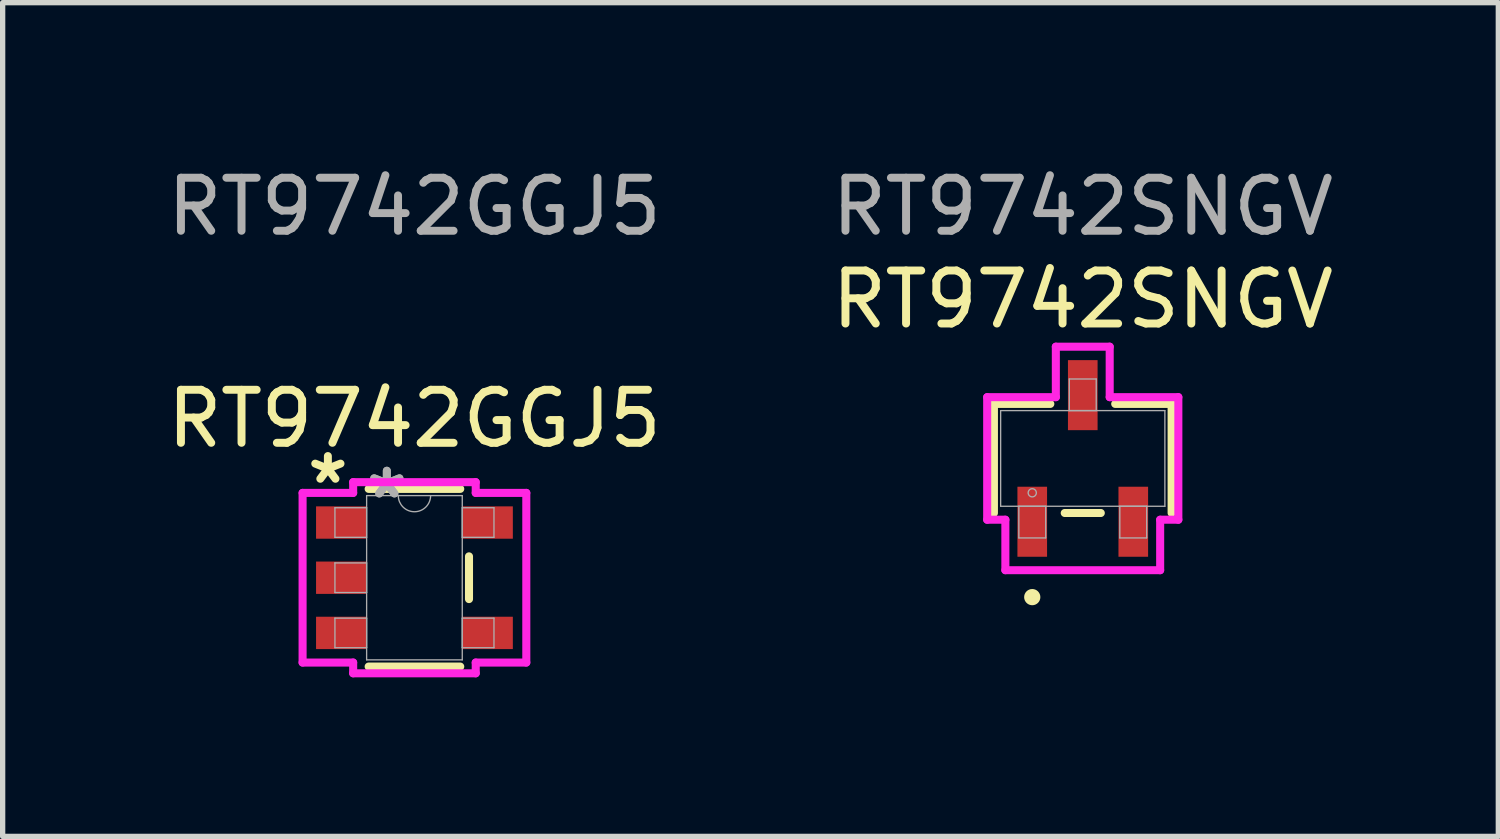
<source format=kicad_pcb>
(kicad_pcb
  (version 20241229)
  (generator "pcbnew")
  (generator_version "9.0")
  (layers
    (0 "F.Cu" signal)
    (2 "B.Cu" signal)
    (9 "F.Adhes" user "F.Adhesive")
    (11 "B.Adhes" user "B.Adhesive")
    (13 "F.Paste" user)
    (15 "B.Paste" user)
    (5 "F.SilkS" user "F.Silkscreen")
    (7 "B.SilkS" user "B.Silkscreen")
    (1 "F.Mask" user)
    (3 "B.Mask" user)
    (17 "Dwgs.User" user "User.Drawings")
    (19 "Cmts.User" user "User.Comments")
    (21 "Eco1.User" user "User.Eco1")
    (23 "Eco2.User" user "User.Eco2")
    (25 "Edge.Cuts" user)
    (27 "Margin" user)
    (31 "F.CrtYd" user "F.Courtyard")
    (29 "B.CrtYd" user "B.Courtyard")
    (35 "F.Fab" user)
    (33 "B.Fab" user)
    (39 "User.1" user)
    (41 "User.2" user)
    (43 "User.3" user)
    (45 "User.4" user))
  (footprint "RT9742GGJ5"
    (layer "F.Cu")
    (at 4.768 7.848)
    (property "Reference" "RT9742GGJ5" (at 0 -3 0) (unlocked yes) (layer "F.SilkS") (effects (font (size 1 1) (thickness 0.15))))
    (attr smd)
    (fp_line (start -0.864 1.676) (end 0.864 1.676) (stroke (width 0.152) (type solid)) (layer "F.SilkS"))
    (fp_line (start 0.864 -1.676) (end -0.864 -1.676) (stroke (width 0.152) (type solid)) (layer "F.SilkS"))
    (fp_line (start 1.029 0.403) (end 1.029 -0.403) (stroke (width 0.152) (type solid)) (layer "F.SilkS"))
    (fp_line (start -2.11 -1.6) (end -1.156 -1.6) (stroke (width 0.152) (type solid)) (layer "F.CrtYd"))
    (fp_line (start -2.11 1.6) (end -2.11 -1.6) (stroke (width 0.152) (type solid)) (layer "F.CrtYd"))
    (fp_line (start -2.11 1.6) (end -1.156 1.6) (stroke (width 0.152) (type solid)) (layer "F.CrtYd"))
    (fp_line (start -1.156 -1.803) (end 1.156 -1.803) (stroke (width 0.152) (type solid)) (layer "F.CrtYd"))
    (fp_line (start -1.156 -1.6) (end -1.156 -1.803) (stroke (width 0.152) (type solid)) (layer "F.CrtYd"))
    (fp_line (start -1.156 1.803) (end -1.156 1.6) (stroke (width 0.152) (type solid)) (layer "F.CrtYd"))
    (fp_line (start 1.156 -1.803) (end 1.156 -1.6) (stroke (width 0.152) (type solid)) (layer "F.CrtYd"))
    (fp_line (start 1.156 1.6) (end 1.156 1.803) (stroke (width 0.152) (type solid)) (layer "F.CrtYd"))
    (fp_line (start 1.156 1.803) (end -1.156 1.803) (stroke (width 0.152) (type solid)) (layer "F.CrtYd"))
    (fp_line (start 2.11 -1.6) (end 1.156 -1.6) (stroke (width 0.152) (type solid)) (layer "F.CrtYd"))
    (fp_line (start 2.11 -1.6) (end 2.11 1.6) (stroke (width 0.152) (type solid)) (layer "F.CrtYd"))
    (fp_line (start 2.11 1.6) (end 1.156 1.6) (stroke (width 0.152) (type solid)) (layer "F.CrtYd"))
    (fp_line (start -1.5 -1.32) (end -1.5 -0.762) (stroke (width 0.025) (type solid)) (layer "F.Fab"))
    (fp_line (start -1.5 -0.762) (end -0.902 -0.762) (stroke (width 0.025) (type solid)) (layer "F.Fab"))
    (fp_line (start -1.5 -0.279) (end -1.5 0.279) (stroke (width 0.025) (type solid)) (layer "F.Fab"))
    (fp_line (start -1.5 0.279) (end -0.902 0.279) (stroke (width 0.025) (type solid)) (layer "F.Fab"))
    (fp_line (start -1.5 0.762) (end -1.5 1.32) (stroke (width 0.025) (type solid)) (layer "F.Fab"))
    (fp_line (start -1.5 1.32) (end -0.902 1.32) (stroke (width 0.025) (type solid)) (layer "F.Fab"))
    (fp_line (start -0.902 -1.549) (end -0.902 1.549) (stroke (width 0.025) (type solid)) (layer "F.Fab"))
    (fp_line (start -0.902 -1.32) (end -1.5 -1.32) (stroke (width 0.025) (type solid)) (layer "F.Fab"))
    (fp_line (start -0.902 -0.762) (end -0.902 -1.32) (stroke (width 0.025) (type solid)) (layer "F.Fab"))
    (fp_line (start -0.902 -0.279) (end -1.5 -0.279) (stroke (width 0.025) (type solid)) (layer "F.Fab"))
    (fp_line (start -0.902 0.279) (end -0.902 -0.279) (stroke (width 0.025) (type solid)) (layer "F.Fab"))
    (fp_line (start -0.902 0.762) (end -1.5 0.762) (stroke (width 0.025) (type solid)) (layer "F.Fab"))
    (fp_line (start -0.902 1.32) (end -0.902 0.762) (stroke (width 0.025) (type solid)) (layer "F.Fab"))
    (fp_line (start -0.902 1.549) (end 0.902 1.549) (stroke (width 0.025) (type solid)) (layer "F.Fab"))
    (fp_line (start 0.902 -1.549) (end -0.902 -1.549) (stroke (width 0.025) (type solid)) (layer "F.Fab"))
    (fp_line (start 0.902 -1.32) (end 0.902 -0.762) (stroke (width 0.025) (type solid)) (layer "F.Fab"))
    (fp_line (start 0.902 -0.762) (end 1.5 -0.762) (stroke (width 0.025) (type solid)) (layer "F.Fab"))
    (fp_line (start 0.902 0.762) (end 0.902 1.32) (stroke (width 0.025) (type solid)) (layer "F.Fab"))
    (fp_line (start 0.902 1.32) (end 1.5 1.32) (stroke (width 0.025) (type solid)) (layer "F.Fab"))
    (fp_line (start 0.902 1.549) (end 0.902 -1.549) (stroke (width 0.025) (type solid)) (layer "F.Fab"))
    (fp_line (start 1.5 -1.32) (end 0.902 -1.32) (stroke (width 0.025) (type solid)) (layer "F.Fab"))
    (fp_line (start 1.5 -0.762) (end 1.5 -1.32) (stroke (width 0.025) (type solid)) (layer "F.Fab"))
    (fp_line (start 1.5 0.762) (end 0.902 0.762) (stroke (width 0.025) (type solid)) (layer "F.Fab"))
    (fp_line (start 1.5 1.32) (end 1.5 0.762) (stroke (width 0.025) (type solid)) (layer "F.Fab"))
    (fp_arc (start 0.3048 -1.5494) (mid 0 -1.2446) (end -0.3048 -1.5494) (stroke (width 0.0254) (type solid)) (layer "F.Fab"))
    (fp_text user "*" (at -1.633 -1.75 0) (layer "F.SilkS") (effects (font (size 1 1) (thickness 0.15))))
    (fp_text user "*" (at -0.521 -1.473 0) (unlocked yes) (layer "F.Fab") (effects (font (size 1 1) (thickness 0.15))))
    (fp_text user "${REFERENCE}" (at 0 -7 0) (unlocked yes) (layer "F.Fab") (effects (font (size 1 1) (thickness 0.15))))
    (fp_text user "*" (at -0.521 -1.473 0) (layer "F.Fab") (effects (font (size 1 1) (thickness 0.15))))
    (pad "1" smd rect (at -1.379 -1.041) (size 0.954 0.61) (layers "F.Cu" "F.Mask" "F.Paste"))
    (pad "2" smd rect (at -1.379 0) (size 0.954 0.61) (layers "F.Cu" "F.Mask" "F.Paste"))
    (pad "3" smd rect (at -1.379 1.041) (size 0.954 0.61) (layers "F.Cu" "F.Mask" "F.Paste"))
    (pad "4" smd rect (at 1.379 1.041) (size 0.954 0.61) (layers "F.Cu" "F.Mask" "F.Paste"))
    (pad "5" smd rect (at 1.379 -1.041) (size 0.954 0.61) (layers "F.Cu" "F.Mask" "F.Paste")))
  (footprint "RT9742SNGV"
    (layer "F.Cu")
    (at 17.375 5.598)
    (property "Reference" "RT9742SNGV" (at 0 -3 0) (unlocked yes) (layer "F.SilkS") (effects (font (size 1 1) (thickness 0.15))))
    (attr smd)
    (fp_line (start -1.676 -1.029) (end -1.676 1.029) (stroke (width 0.152) (type solid)) (layer "F.SilkS"))
    (fp_line (start -0.612 -1.029) (end -1.676 -1.029) (stroke (width 0.152) (type solid)) (layer "F.SilkS"))
    (fp_line (start -0.34 1.029) (end 0.34 1.029) (stroke (width 0.152) (type solid)) (layer "F.SilkS"))
    (fp_line (start 1.676 -1.029) (end 0.612 -1.029) (stroke (width 0.152) (type solid)) (layer "F.SilkS"))
    (fp_line (start 1.676 1.029) (end 1.676 -1.029) (stroke (width 0.152) (type solid)) (layer "F.SilkS"))
    (fp_circle (center -0.953 2.616) (end -0.876 2.616) (stroke (width 0.152) (type solid)) (fill no) (layer "F.SilkS"))
    (fp_line (start -1.803 -1.156) (end -0.508 -1.156) (stroke (width 0.152) (type solid)) (layer "F.CrtYd"))
    (fp_line (start -1.803 1.156) (end -1.803 -1.156) (stroke (width 0.152) (type solid)) (layer "F.CrtYd"))
    (fp_line (start -1.803 1.156) (end -1.46 1.156) (stroke (width 0.152) (type solid)) (layer "F.CrtYd"))
    (fp_line (start -1.46 1.156) (end -1.46 2.108) (stroke (width 0.152) (type solid)) (layer "F.CrtYd"))
    (fp_line (start -1.46 2.108) (end 1.46 2.108) (stroke (width 0.152) (type solid)) (layer "F.CrtYd"))
    (fp_line (start -0.508 -2.108) (end 0.508 -2.108) (stroke (width 0.152) (type solid)) (layer "F.CrtYd"))
    (fp_line (start -0.508 -1.156) (end -0.508 -2.108) (stroke (width 0.152) (type solid)) (layer "F.CrtYd"))
    (fp_line (start 0.508 -1.156) (end 0.508 -2.108) (stroke (width 0.152) (type solid)) (layer "F.CrtYd"))
    (fp_line (start 1.46 1.156) (end 1.46 2.108) (stroke (width 0.152) (type solid)) (layer "F.CrtYd"))
    (fp_line (start 1.803 -1.156) (end 0.508 -1.156) (stroke (width 0.152) (type solid)) (layer "F.CrtYd"))
    (fp_line (start 1.803 -1.156) (end 1.803 1.156) (stroke (width 0.152) (type solid)) (layer "F.CrtYd"))
    (fp_line (start 1.803 1.156) (end 1.46 1.156) (stroke (width 0.152) (type solid)) (layer "F.CrtYd"))
    (fp_line (start -1.549 -0.902) (end -1.549 0.902) (stroke (width 0.025) (type solid)) (layer "F.Fab"))
    (fp_line (start -1.549 0.902) (end 1.549 0.902) (stroke (width 0.025) (type solid)) (layer "F.Fab"))
    (fp_line (start -1.206 0.902) (end -1.206 1.499) (stroke (width 0.025) (type solid)) (layer "F.Fab"))
    (fp_line (start -1.206 1.499) (end -0.699 1.499) (stroke (width 0.025) (type solid)) (layer "F.Fab"))
    (fp_line (start -0.699 0.902) (end -1.206 0.902) (stroke (width 0.025) (type solid)) (layer "F.Fab"))
    (fp_line (start -0.699 1.499) (end -0.699 0.902) (stroke (width 0.025) (type solid)) (layer "F.Fab"))
    (fp_line (start -0.254 -1.499) (end -0.254 -0.902) (stroke (width 0.025) (type solid)) (layer "F.Fab"))
    (fp_line (start -0.254 -0.902) (end 0.254 -0.902) (stroke (width 0.025) (type solid)) (layer "F.Fab"))
    (fp_line (start 0.254 -1.499) (end -0.254 -1.499) (stroke (width 0.025) (type solid)) (layer "F.Fab"))
    (fp_line (start 0.254 -0.902) (end 0.254 -1.499) (stroke (width 0.025) (type solid)) (layer "F.Fab"))
    (fp_line (start 0.699 0.902) (end 0.699 1.499) (stroke (width 0.025) (type solid)) (layer "F.Fab"))
    (fp_line (start 0.699 1.499) (end 1.206 1.499) (stroke (width 0.025) (type solid)) (layer "F.Fab"))
    (fp_line (start 1.206 0.902) (end 0.699 0.902) (stroke (width 0.025) (type solid)) (layer "F.Fab"))
    (fp_line (start 1.206 1.499) (end 1.206 0.902) (stroke (width 0.025) (type solid)) (layer "F.Fab"))
    (fp_line (start 1.549 -0.902) (end -1.549 -0.902) (stroke (width 0.025) (type solid)) (layer "F.Fab"))
    (fp_line (start 1.549 0.902) (end 1.549 -0.902) (stroke (width 0.025) (type solid)) (layer "F.Fab"))
    (fp_circle (center -0.953 0.648) (end -0.876 0.648) (stroke (width 0.025) (type solid)) (fill no) (layer "F.Fab"))
    (fp_text user "${REFERENCE}" (at 0 -4.75 0) (unlocked yes) (layer "F.Fab") (effects (font (size 1 1) (thickness 0.15))))
    (pad "1" smd rect (at -0.953 1.194) (size 0.559 1.321) (layers "F.Cu" "F.Mask" "F.Paste"))
    (pad "2" smd rect (at 0.953 1.194) (size 0.559 1.321) (layers "F.Cu" "F.Mask" "F.Paste"))
    (pad "3" smd rect (at 0 -1.194) (size 0.559 1.321) (layers "F.Cu" "F.Mask" "F.Paste")))
  (gr_rect
    (start -3 -3)
    (end 25.214 12.728)
    (stroke (width 0.1) (type default))
    (fill no)
    (layer "Edge.Cuts")))
</source>
